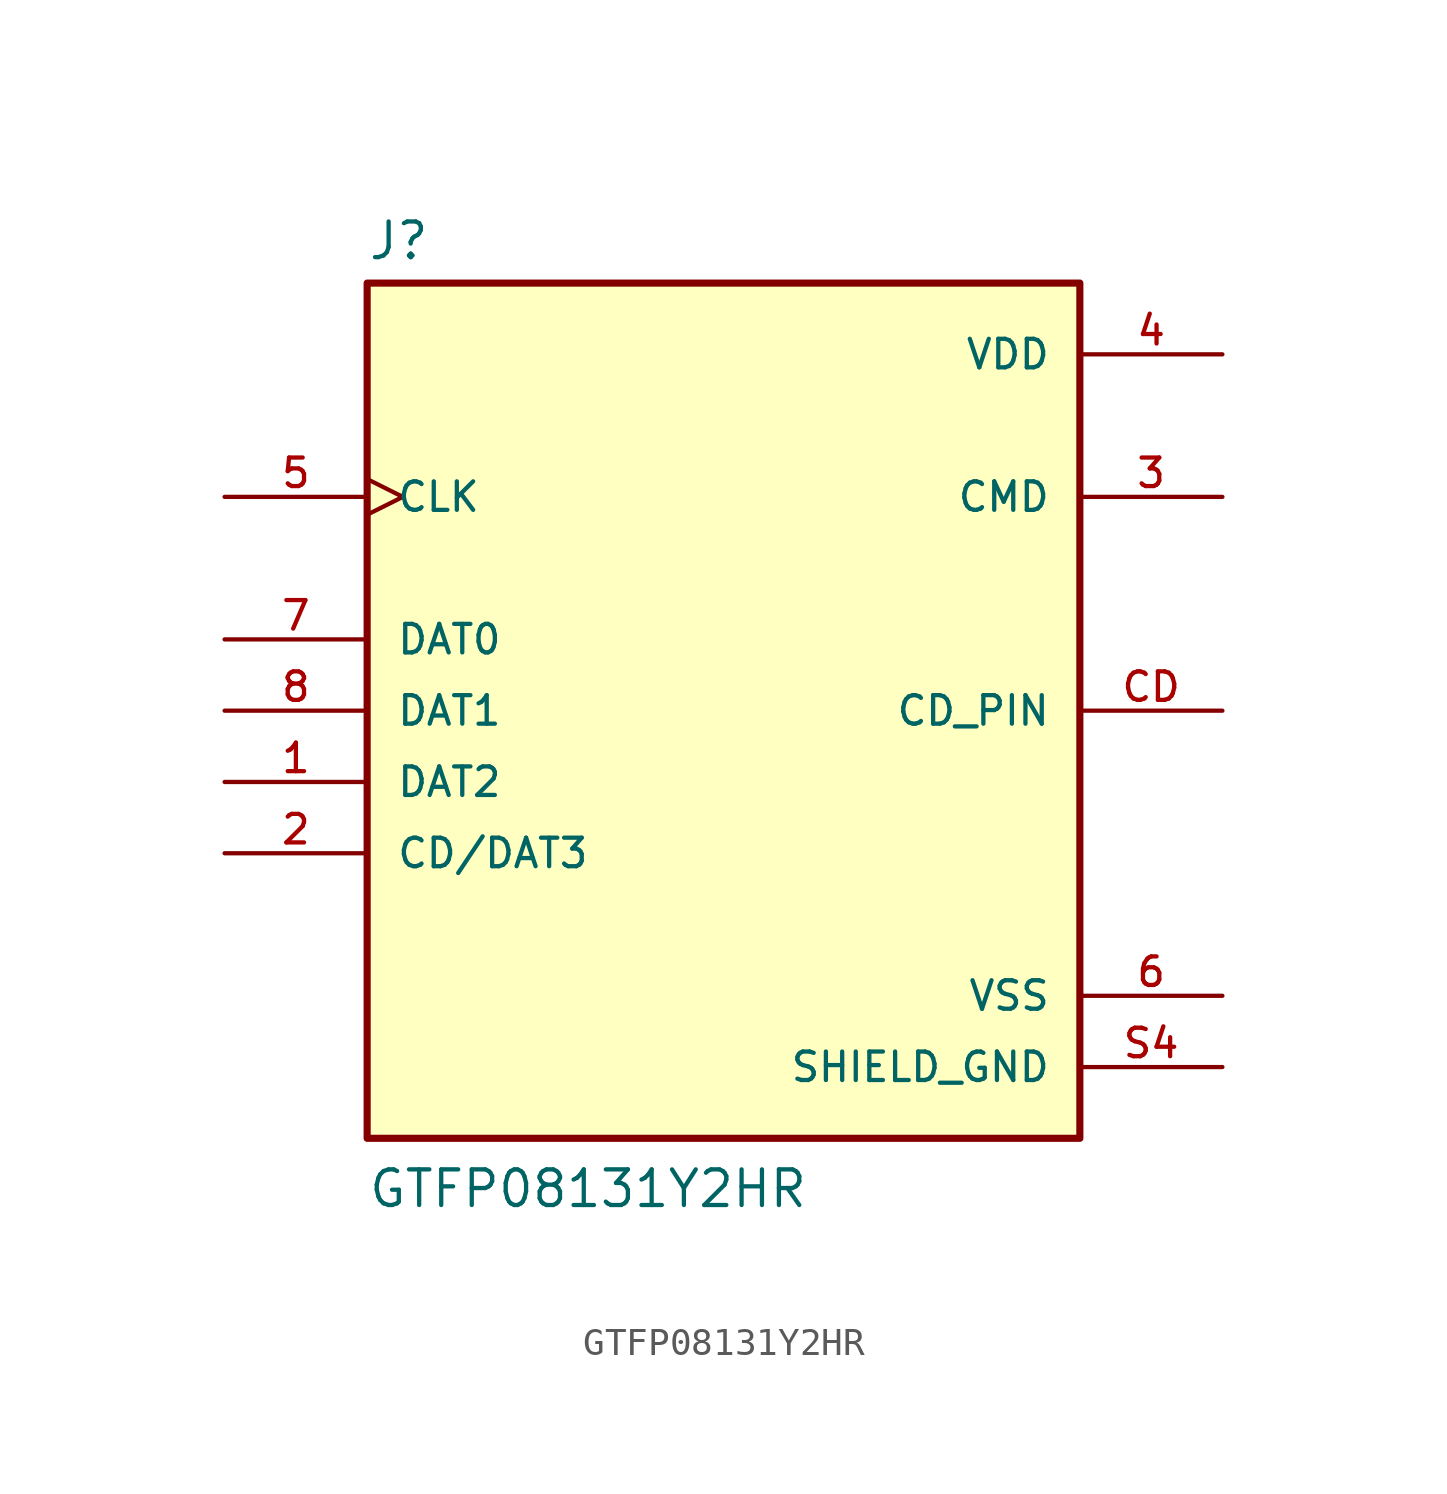
<source format=kicad_sym>
(kicad_symbol_lib
  (version 20220914)
  (generator kicad_symbol_editor)
  (symbol "GTFP08131Y2HR"
    (pin_names
      (offset 1.016))
    (property "Reference" "J"
      (at -12.7 16.002 0)
      (effects (font (size 1.27 1.27)) (justify left bottom)))
    (property "Value" "GTFP08131Y2HR"
      (at -12.7 -17.78 0)
      (effects (font (size 1.27 1.27)) (justify left bottom)))
    (property "ki_locked" ""
      (at 0 0 0)
      (effects (font (size 1.27 1.27))))
    (symbol "GTFP08131Y2HR_0_0"
      (rectangle (start -12.7 -15.24) (end 12.7 15.24) (stroke (width 0.254) (type default)) (fill (type background)))
      (pin bidirectional line (at -17.78 -2.54 0) (length 5.08) (name "DAT2" (effects (font (size 1.016 1.016)))) (number "1" (effects (font (size 1.016 1.016)))))
      (pin bidirectional line (at -17.78 -5.08 0) (length 5.08) (name "CD/DAT3" (effects (font (size 1.016 1.016)))) (number "2" (effects (font (size 1.016 1.016)))))
      (pin bidirectional line (at 17.78 7.62 180) (length 5.08) (name "CMD" (effects (font (size 1.016 1.016)))) (number "3" (effects (font (size 1.016 1.016)))))
      (pin power_in line (at 17.78 12.7 180) (length 5.08) (name "VDD" (effects (font (size 1.016 1.016)))) (number "4" (effects (font (size 1.016 1.016)))))
      (pin bidirectional clock (at -17.78 7.62 0) (length 5.08) (name "CLK" (effects (font (size 1.016 1.016)))) (number "5" (effects (font (size 1.016 1.016)))))
      (pin power_in line (at 17.78 -10.16 180) (length 5.08) (name "VSS" (effects (font (size 1.016 1.016)))) (number "6" (effects (font (size 1.016 1.016)))))
      (pin bidirectional line (at -17.78 2.54 0) (length 5.08) (name "DAT0" (effects (font (size 1.016 1.016)))) (number "7" (effects (font (size 1.016 1.016)))))
      (pin bidirectional line (at -17.78 0 0) (length 5.08) (name "DAT1" (effects (font (size 1.016 1.016)))) (number "8" (effects (font (size 1.016 1.016)))))
      (pin bidirectional line (at 17.78 0 180) (length 5.08) (name "CD_PIN" (effects (font (size 1.016 1.016)))) (number "CD" (effects (font (size 1.016 1.016)))))
      (pin power_in line (at 17.78 -12.7 180) (length 5.08) (name "SHIELD_GND" (effects (font (size 1.016 1.016)))) (number "S4" (effects (font (size 1.016 1.016))))))))
</source>
